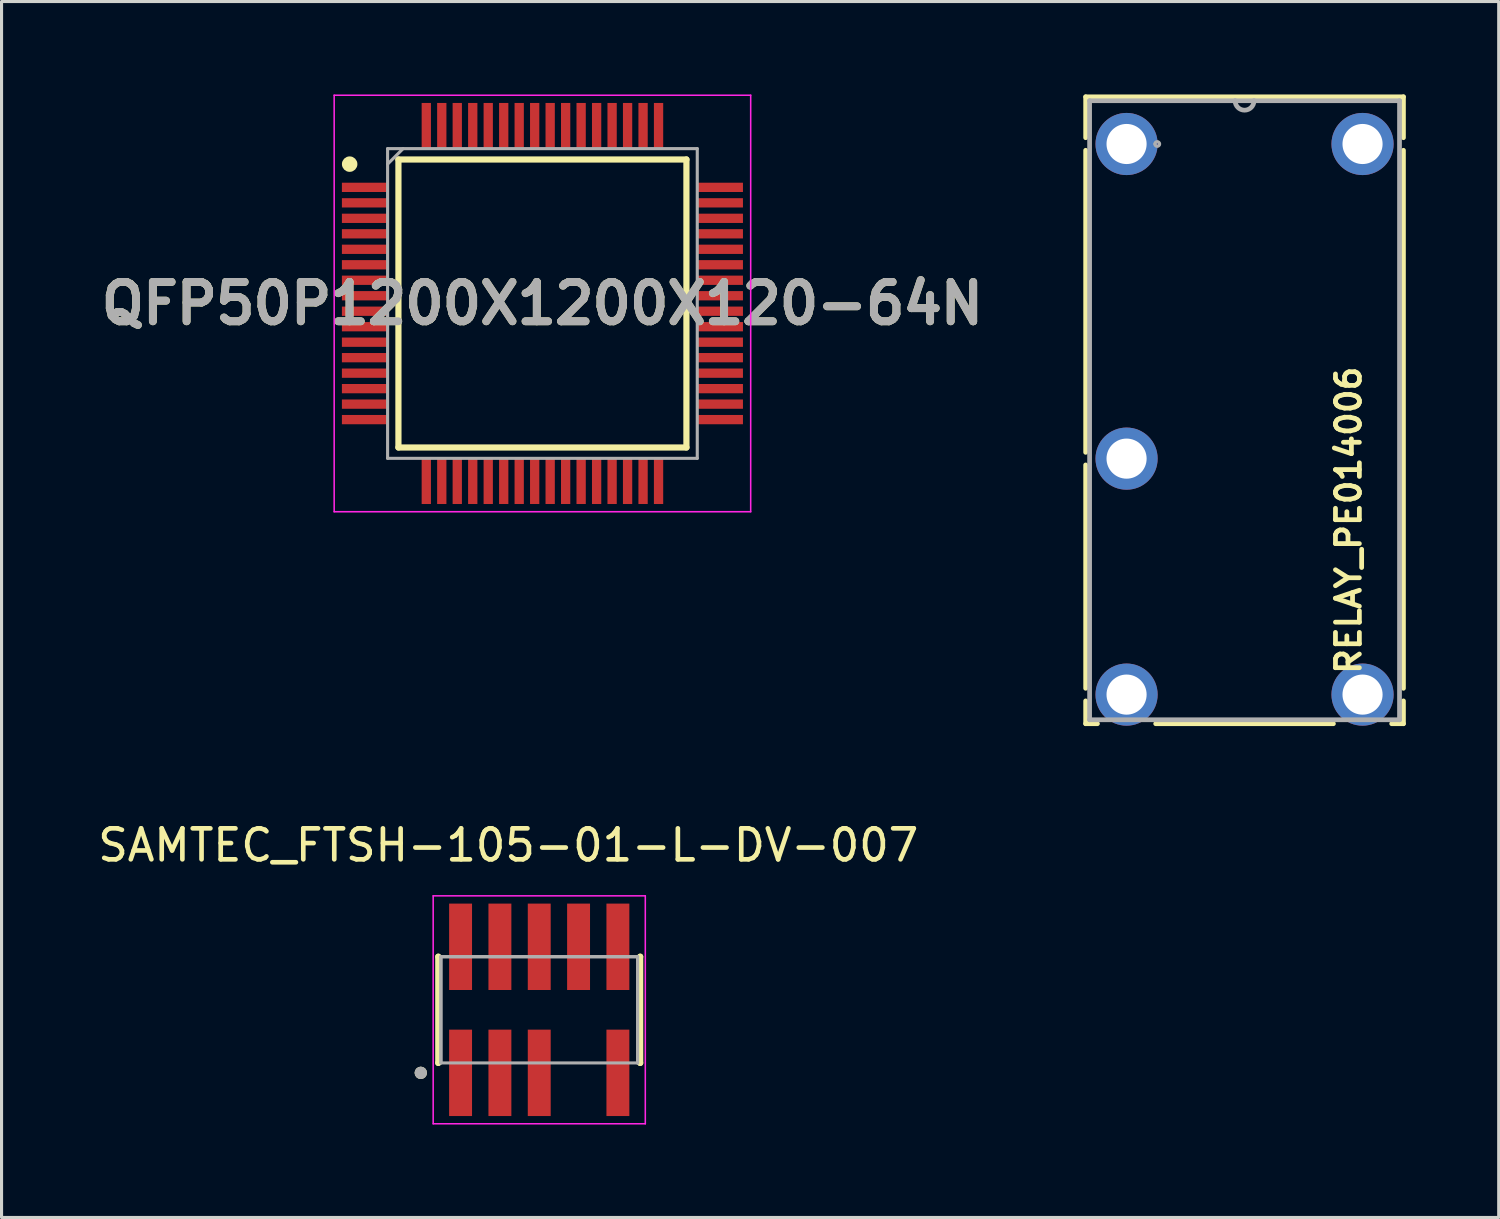
<source format=kicad_pcb>
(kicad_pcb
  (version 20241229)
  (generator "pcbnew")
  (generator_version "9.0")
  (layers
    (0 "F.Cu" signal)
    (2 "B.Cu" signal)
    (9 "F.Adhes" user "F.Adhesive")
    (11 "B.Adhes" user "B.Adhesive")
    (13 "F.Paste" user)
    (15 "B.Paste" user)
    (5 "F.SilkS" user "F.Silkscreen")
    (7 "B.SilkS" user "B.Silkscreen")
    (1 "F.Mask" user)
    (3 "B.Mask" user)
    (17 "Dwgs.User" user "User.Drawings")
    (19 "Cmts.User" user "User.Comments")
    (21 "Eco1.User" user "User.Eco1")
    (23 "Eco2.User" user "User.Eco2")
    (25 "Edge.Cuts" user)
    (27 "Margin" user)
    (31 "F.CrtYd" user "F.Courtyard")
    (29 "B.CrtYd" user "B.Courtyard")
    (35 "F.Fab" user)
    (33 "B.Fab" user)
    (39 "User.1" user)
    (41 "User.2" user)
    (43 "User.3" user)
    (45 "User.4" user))
  (footprint "SAMTEC_FTSH-105-01-L-DV-007"
    (layer "F.Cu")
    (at 14.363 29.559)
    (property "Reference" "SAMTEC_FTSH-105-01-L-DV-007" (at -1 -5.315 0) (layer "F.SilkS") (effects (font (size 1 1) (thickness 0.15))))
    (attr smd)
    (fp_line (start -3.26 -1.715) (end -3.26 -1.715) (stroke (width 0.2) (type solid)) (layer "F.SilkS"))
    (fp_line (start -3.26 1.715) (end -3.26 -1.715) (stroke (width 0.2) (type solid)) (layer "F.SilkS"))
    (fp_line (start -3.26 1.715) (end -3.26 1.715) (stroke (width 0.2) (type solid)) (layer "F.SilkS"))
    (fp_line (start 3.26 -1.715) (end 3.26 -1.715) (stroke (width 0.2) (type solid)) (layer "F.SilkS"))
    (fp_line (start 3.26 -1.715) (end 3.26 1.715) (stroke (width 0.2) (type solid)) (layer "F.SilkS"))
    (fp_line (start 3.26 1.715) (end 3.26 1.715) (stroke (width 0.2) (type solid)) (layer "F.SilkS"))
    (fp_circle (center -3.825 2.035) (end -3.725 2.035) (stroke (width 0.2) (type solid)) (fill no) (layer "F.SilkS"))
    (fp_line (start -3.425 -3.68) (end 3.425 -3.68) (stroke (width 0.05) (type solid)) (layer "F.CrtYd"))
    (fp_line (start -3.425 3.68) (end -3.425 -3.68) (stroke (width 0.05) (type solid)) (layer "F.CrtYd"))
    (fp_line (start 3.425 -3.68) (end 3.425 3.68) (stroke (width 0.05) (type solid)) (layer "F.CrtYd"))
    (fp_line (start 3.425 3.68) (end -3.425 3.68) (stroke (width 0.05) (type solid)) (layer "F.CrtYd"))
    (fp_line (start -3.175 -1.715) (end 3.175 -1.715) (stroke (width 0.1) (type solid)) (layer "F.Fab"))
    (fp_line (start -3.175 -1.715) (end 3.175 -1.715) (stroke (width 0.1) (type solid)) (layer "F.Fab"))
    (fp_line (start -3.175 1.715) (end -3.175 -1.715) (stroke (width 0.1) (type solid)) (layer "F.Fab"))
    (fp_line (start -3.175 1.715) (end -3.175 -1.715) (stroke (width 0.1) (type solid)) (layer "F.Fab"))
    (fp_line (start 3.175 -1.715) (end 3.175 1.715) (stroke (width 0.1) (type solid)) (layer "F.Fab"))
    (fp_line (start 3.175 -1.715) (end 3.175 1.715) (stroke (width 0.1) (type solid)) (layer "F.Fab"))
    (fp_line (start 3.175 1.715) (end -3.175 1.715) (stroke (width 0.1) (type solid)) (layer "F.Fab"))
    (fp_circle (center -3.825 2.035) (end -3.725 2.035) (stroke (width 0.2) (type solid)) (fill no) (layer "F.Fab"))
    (pad "1" smd rect (at -2.54 2.035) (size 0.74 2.79) (layers "F.Cu" "F.Mask" "F.Paste"))
    (pad "2" smd rect (at -2.54 -2.035) (size 0.74 2.79) (layers "F.Cu" "F.Mask" "F.Paste"))
    (pad "3" smd rect (at -1.27 2.035) (size 0.74 2.79) (layers "F.Cu" "F.Mask" "F.Paste"))
    (pad "4" smd rect (at -1.27 -2.035) (size 0.74 2.79) (layers "F.Cu" "F.Mask" "F.Paste"))
    (pad "5" smd rect (at 0 2.035) (size 0.74 2.79) (layers "F.Cu" "F.Mask" "F.Paste"))
    (pad "6" smd rect (at 0 -2.035) (size 0.74 2.79) (layers "F.Cu" "F.Mask" "F.Paste"))
    (pad "8" smd rect (at 1.27 -2.035) (size 0.74 2.79) (layers "F.Cu" "F.Mask" "F.Paste"))
    (pad "9" smd rect (at 2.54 2.035) (size 0.74 2.79) (layers "F.Cu" "F.Mask" "F.Paste"))
    (pad "10" smd rect (at 2.54 -2.035) (size 0.74 2.79) (layers "F.Cu" "F.Mask" "F.Paste")))
  (footprint "RELAY_PE014006"
    (layer "F.Cu")
    (at 37.139 10.198)
    (property "Reference" "RELAY_PE014006" (at 3.81 8.598 90) (layer "F.SilkS") (effects (font (size 0.772 0.772) (thickness 0.154)) (justify left bottom)))
    (attr through_hole)
    (fp_line (start -5.131 -10.122) (end -5.131 -8.801) (stroke (width 0.152) (type solid)) (layer "F.SilkS"))
    (fp_line (start -5.131 -8.395) (end -5.131 1.359) (stroke (width 0.152) (type solid)) (layer "F.SilkS"))
    (fp_line (start -5.131 1.765) (end -5.131 8.979) (stroke (width 0.152) (type solid)) (layer "F.SilkS"))
    (fp_line (start -5.131 9.385) (end -5.131 10.122) (stroke (width 0.152) (type solid)) (layer "F.SilkS"))
    (fp_line (start -5.131 10.122) (end -4.75 10.122) (stroke (width 0.152) (type solid)) (layer "F.SilkS"))
    (fp_line (start -2.87 10.122) (end 2.87 10.122) (stroke (width 0.152) (type solid)) (layer "F.SilkS"))
    (fp_line (start 4.75 10.122) (end 5.131 10.122) (stroke (width 0.152) (type solid)) (layer "F.SilkS"))
    (fp_line (start 5.131 -10.122) (end -5.131 -10.122) (stroke (width 0.152) (type solid)) (layer "F.SilkS"))
    (fp_line (start 5.131 -8.801) (end 5.131 -10.122) (stroke (width 0.152) (type solid)) (layer "F.SilkS"))
    (fp_line (start 5.131 8.979) (end 5.131 -8.395) (stroke (width 0.152) (type solid)) (layer "F.SilkS"))
    (fp_line (start 5.131 10.122) (end 5.131 9.385) (stroke (width 0.152) (type solid)) (layer "F.SilkS"))
    (fp_line (start -5.004 -9.995) (end -5.004 9.995) (stroke (width 0.152) (type solid)) (layer "F.Fab"))
    (fp_line (start -5.004 9.995) (end 5.004 9.995) (stroke (width 0.152) (type solid)) (layer "F.Fab"))
    (fp_line (start -0.305 -9.995) (end -5.004 -9.995) (stroke (width 0.152) (type solid)) (layer "F.Fab"))
    (fp_line (start 0.305 -9.995) (end -0.305 -9.995) (stroke (width 0.152) (type solid)) (layer "F.Fab"))
    (fp_line (start 5.004 -9.995) (end 0.305 -9.995) (stroke (width 0.152) (type solid)) (layer "F.Fab"))
    (fp_line (start 5.004 9.995) (end 5.004 -9.995) (stroke (width 0.152) (type solid)) (layer "F.Fab"))
    (fp_arc (start -2.8956 -8.5979) (mid -2.8194 -8.6741) (end -2.7432 -8.5979) (stroke (width 0.1) (type solid)) (layer "F.Fab"))
    (fp_arc (start -2.7432 -8.5979) (mid -2.8194 -8.5217) (end -2.8956 -8.5979) (stroke (width 0.1) (type solid)) (layer "F.Fab"))
    (fp_arc (start 0.3048 -9.9949) (mid 0 -9.6901) (end -0.3048 -9.9949) (stroke (width 0.1524) (type solid)) (layer "F.Fab"))
    (pad "1" thru_hole circle (at -3.81 -8.598) (size 2.007 2.007) (drill 1.295) (layers "*.Cu" "*.Mask"))
    (pad "5" thru_hole circle (at 3.81 -8.598) (size 2.007 2.007) (drill 1.295) (layers "*.Cu" "*.Mask"))
    (pad "11" thru_hole circle (at -3.81 1.562) (size 2.007 2.007) (drill 1.295) (layers "*.Cu" "*.Mask"))
    (pad "12" thru_hole circle (at 3.81 9.182 180) (size 2.007 2.007) (drill 1.295) (layers "*.Cu" "*.Mask"))
    (pad "14" thru_hole circle (at -3.81 9.182) (size 2.007 2.007) (drill 1.295) (layers "*.Cu" "*.Mask")))
  (footprint "QFP50P1200X1200X120-64N"
    (layer "F.Cu")
    (at 14.466 6.75)
    (property "Reference" "QFP50P1200X1200X120-64N" (at 0 0 0) (layer "F.SilkS") (effects (font (size 1.27 1.27) (thickness 0.254))))
    (attr smd)
    (fp_line (start -4.65 -4.65) (end 4.65 -4.65) (stroke (width 0.2) (type solid)) (layer "F.SilkS"))
    (fp_line (start -4.65 4.65) (end -4.65 -4.65) (stroke (width 0.2) (type solid)) (layer "F.SilkS"))
    (fp_line (start 4.65 -4.65) (end 4.65 4.65) (stroke (width 0.2) (type solid)) (layer "F.SilkS"))
    (fp_line (start 4.65 4.65) (end -4.65 4.65) (stroke (width 0.2) (type solid)) (layer "F.SilkS"))
    (fp_circle (center -6.225 -4.5) (end -6.225 -4.375) (stroke (width 0.25) (type solid)) (fill no) (layer "F.SilkS"))
    (fp_line (start -6.725 -6.725) (end 6.725 -6.725) (stroke (width 0.05) (type solid)) (layer "F.CrtYd"))
    (fp_line (start -6.725 6.725) (end -6.725 -6.725) (stroke (width 0.05) (type solid)) (layer "F.CrtYd"))
    (fp_line (start 6.725 -6.725) (end 6.725 6.725) (stroke (width 0.05) (type solid)) (layer "F.CrtYd"))
    (fp_line (start 6.725 6.725) (end -6.725 6.725) (stroke (width 0.05) (type solid)) (layer "F.CrtYd"))
    (fp_line (start -5 -5) (end 5 -5) (stroke (width 0.1) (type solid)) (layer "F.Fab"))
    (fp_line (start -5 -4.5) (end -4.5 -5) (stroke (width 0.1) (type solid)) (layer "F.Fab"))
    (fp_line (start -5 5) (end -5 -5) (stroke (width 0.1) (type solid)) (layer "F.Fab"))
    (fp_line (start 5 -5) (end 5 5) (stroke (width 0.1) (type solid)) (layer "F.Fab"))
    (fp_line (start 5 5) (end -5 5) (stroke (width 0.1) (type solid)) (layer "F.Fab"))
    (fp_text user "${REFERENCE}" (at 0 0 0) (layer "F.Fab") (effects (font (size 1.27 1.27) (thickness 0.254))))
    (pad "1" smd rect (at -5.738 -3.75 90) (size 0.3 1.475) (layers "F.Cu" "F.Mask" "F.Paste"))
    (pad "2" smd rect (at -5.738 -3.25 90) (size 0.3 1.475) (layers "F.Cu" "F.Mask" "F.Paste"))
    (pad "3" smd rect (at -5.738 -2.75 90) (size 0.3 1.475) (layers "F.Cu" "F.Mask" "F.Paste"))
    (pad "4" smd rect (at -5.738 -2.25 90) (size 0.3 1.475) (layers "F.Cu" "F.Mask" "F.Paste"))
    (pad "5" smd rect (at -5.738 -1.75 90) (size 0.3 1.475) (layers "F.Cu" "F.Mask" "F.Paste"))
    (pad "6" smd rect (at -5.738 -1.25 90) (size 0.3 1.475) (layers "F.Cu" "F.Mask" "F.Paste"))
    (pad "7" smd rect (at -5.738 -0.75 90) (size 0.3 1.475) (layers "F.Cu" "F.Mask" "F.Paste"))
    (pad "8" smd rect (at -5.738 -0.25 90) (size 0.3 1.475) (layers "F.Cu" "F.Mask" "F.Paste"))
    (pad "9" smd rect (at -5.738 0.25 90) (size 0.3 1.475) (layers "F.Cu" "F.Mask" "F.Paste"))
    (pad "10" smd rect (at -5.738 0.75 90) (size 0.3 1.475) (layers "F.Cu" "F.Mask" "F.Paste"))
    (pad "11" smd rect (at -5.738 1.25 90) (size 0.3 1.475) (layers "F.Cu" "F.Mask" "F.Paste"))
    (pad "12" smd rect (at -5.738 1.75 90) (size 0.3 1.475) (layers "F.Cu" "F.Mask" "F.Paste"))
    (pad "13" smd rect (at -5.738 2.25 90) (size 0.3 1.475) (layers "F.Cu" "F.Mask" "F.Paste"))
    (pad "14" smd rect (at -5.738 2.75 90) (size 0.3 1.475) (layers "F.Cu" "F.Mask" "F.Paste"))
    (pad "15" smd rect (at -5.738 3.25 90) (size 0.3 1.475) (layers "F.Cu" "F.Mask" "F.Paste"))
    (pad "16" smd rect (at -5.738 3.75 90) (size 0.3 1.475) (layers "F.Cu" "F.Mask" "F.Paste"))
    (pad "17" smd rect (at -3.75 5.738) (size 0.3 1.475) (layers "F.Cu" "F.Mask" "F.Paste"))
    (pad "18" smd rect (at -3.25 5.738) (size 0.3 1.475) (layers "F.Cu" "F.Mask" "F.Paste"))
    (pad "19" smd rect (at -2.75 5.738) (size 0.3 1.475) (layers "F.Cu" "F.Mask" "F.Paste"))
    (pad "20" smd rect (at -2.25 5.738) (size 0.3 1.475) (layers "F.Cu" "F.Mask" "F.Paste"))
    (pad "21" smd rect (at -1.75 5.738) (size 0.3 1.475) (layers "F.Cu" "F.Mask" "F.Paste"))
    (pad "22" smd rect (at -1.25 5.738) (size 0.3 1.475) (layers "F.Cu" "F.Mask" "F.Paste"))
    (pad "23" smd rect (at -0.75 5.738) (size 0.3 1.475) (layers "F.Cu" "F.Mask" "F.Paste"))
    (pad "24" smd rect (at -0.25 5.738) (size 0.3 1.475) (layers "F.Cu" "F.Mask" "F.Paste"))
    (pad "25" smd rect (at 0.25 5.738) (size 0.3 1.475) (layers "F.Cu" "F.Mask" "F.Paste"))
    (pad "26" smd rect (at 0.75 5.738) (size 0.3 1.475) (layers "F.Cu" "F.Mask" "F.Paste"))
    (pad "27" smd rect (at 1.25 5.738) (size 0.3 1.475) (layers "F.Cu" "F.Mask" "F.Paste"))
    (pad "28" smd rect (at 1.75 5.738) (size 0.3 1.475) (layers "F.Cu" "F.Mask" "F.Paste"))
    (pad "29" smd rect (at 2.25 5.738) (size 0.3 1.475) (layers "F.Cu" "F.Mask" "F.Paste"))
    (pad "30" smd rect (at 2.75 5.738) (size 0.3 1.475) (layers "F.Cu" "F.Mask" "F.Paste"))
    (pad "31" smd rect (at 3.25 5.738) (size 0.3 1.475) (layers "F.Cu" "F.Mask" "F.Paste"))
    (pad "32" smd rect (at 3.75 5.738) (size 0.3 1.475) (layers "F.Cu" "F.Mask" "F.Paste"))
    (pad "33" smd rect (at 5.738 3.75 90) (size 0.3 1.475) (layers "F.Cu" "F.Mask" "F.Paste"))
    (pad "34" smd rect (at 5.738 3.25 90) (size 0.3 1.475) (layers "F.Cu" "F.Mask" "F.Paste"))
    (pad "35" smd rect (at 5.738 2.75 90) (size 0.3 1.475) (layers "F.Cu" "F.Mask" "F.Paste"))
    (pad "36" smd rect (at 5.738 2.25 90) (size 0.3 1.475) (layers "F.Cu" "F.Mask" "F.Paste"))
    (pad "37" smd rect (at 5.738 1.75 90) (size 0.3 1.475) (layers "F.Cu" "F.Mask" "F.Paste"))
    (pad "38" smd rect (at 5.738 1.25 90) (size 0.3 1.475) (layers "F.Cu" "F.Mask" "F.Paste"))
    (pad "39" smd rect (at 5.738 0.75 90) (size 0.3 1.475) (layers "F.Cu" "F.Mask" "F.Paste"))
    (pad "40" smd rect (at 5.738 0.25 90) (size 0.3 1.475) (layers "F.Cu" "F.Mask" "F.Paste"))
    (pad "41" smd rect (at 5.738 -0.25 90) (size 0.3 1.475) (layers "F.Cu" "F.Mask" "F.Paste"))
    (pad "42" smd rect (at 5.738 -0.75 90) (size 0.3 1.475) (layers "F.Cu" "F.Mask" "F.Paste"))
    (pad "43" smd rect (at 5.738 -1.25 90) (size 0.3 1.475) (layers "F.Cu" "F.Mask" "F.Paste"))
    (pad "44" smd rect (at 5.738 -1.75 90) (size 0.3 1.475) (layers "F.Cu" "F.Mask" "F.Paste"))
    (pad "45" smd rect (at 5.738 -2.25 90) (size 0.3 1.475) (layers "F.Cu" "F.Mask" "F.Paste"))
    (pad "46" smd rect (at 5.738 -2.75 90) (size 0.3 1.475) (layers "F.Cu" "F.Mask" "F.Paste"))
    (pad "47" smd rect (at 5.738 -3.25 90) (size 0.3 1.475) (layers "F.Cu" "F.Mask" "F.Paste"))
    (pad "48" smd rect (at 5.738 -3.75 90) (size 0.3 1.475) (layers "F.Cu" "F.Mask" "F.Paste"))
    (pad "49" smd rect (at 3.75 -5.738) (size 0.3 1.475) (layers "F.Cu" "F.Mask" "F.Paste"))
    (pad "50" smd rect (at 3.25 -5.738) (size 0.3 1.475) (layers "F.Cu" "F.Mask" "F.Paste"))
    (pad "51" smd rect (at 2.75 -5.738) (size 0.3 1.475) (layers "F.Cu" "F.Mask" "F.Paste"))
    (pad "52" smd rect (at 2.25 -5.738) (size 0.3 1.475) (layers "F.Cu" "F.Mask" "F.Paste"))
    (pad "53" smd rect (at 1.75 -5.738) (size 0.3 1.475) (layers "F.Cu" "F.Mask" "F.Paste"))
    (pad "54" smd rect (at 1.25 -5.738) (size 0.3 1.475) (layers "F.Cu" "F.Mask" "F.Paste"))
    (pad "55" smd rect (at 0.75 -5.738) (size 0.3 1.475) (layers "F.Cu" "F.Mask" "F.Paste"))
    (pad "56" smd rect (at 0.25 -5.738) (size 0.3 1.475) (layers "F.Cu" "F.Mask" "F.Paste"))
    (pad "57" smd rect (at -0.25 -5.738) (size 0.3 1.475) (layers "F.Cu" "F.Mask" "F.Paste"))
    (pad "58" smd rect (at -0.75 -5.738) (size 0.3 1.475) (layers "F.Cu" "F.Mask" "F.Paste"))
    (pad "59" smd rect (at -1.25 -5.738) (size 0.3 1.475) (layers "F.Cu" "F.Mask" "F.Paste"))
    (pad "60" smd rect (at -1.75 -5.738) (size 0.3 1.475) (layers "F.Cu" "F.Mask" "F.Paste"))
    (pad "61" smd rect (at -2.25 -5.738) (size 0.3 1.475) (layers "F.Cu" "F.Mask" "F.Paste"))
    (pad "62" smd rect (at -2.75 -5.738) (size 0.3 1.475) (layers "F.Cu" "F.Mask" "F.Paste"))
    (pad "63" smd rect (at -3.25 -5.738) (size 0.3 1.475) (layers "F.Cu" "F.Mask" "F.Paste"))
    (pad "64" smd rect (at -3.75 -5.738) (size 0.3 1.475) (layers "F.Cu" "F.Mask" "F.Paste")))
  (gr_rect
    (start -3 -3)
    (end 45.346 36.264)
    (stroke (width 0.1) (type default))
    (fill no)
    (layer "Edge.Cuts")))
</source>
